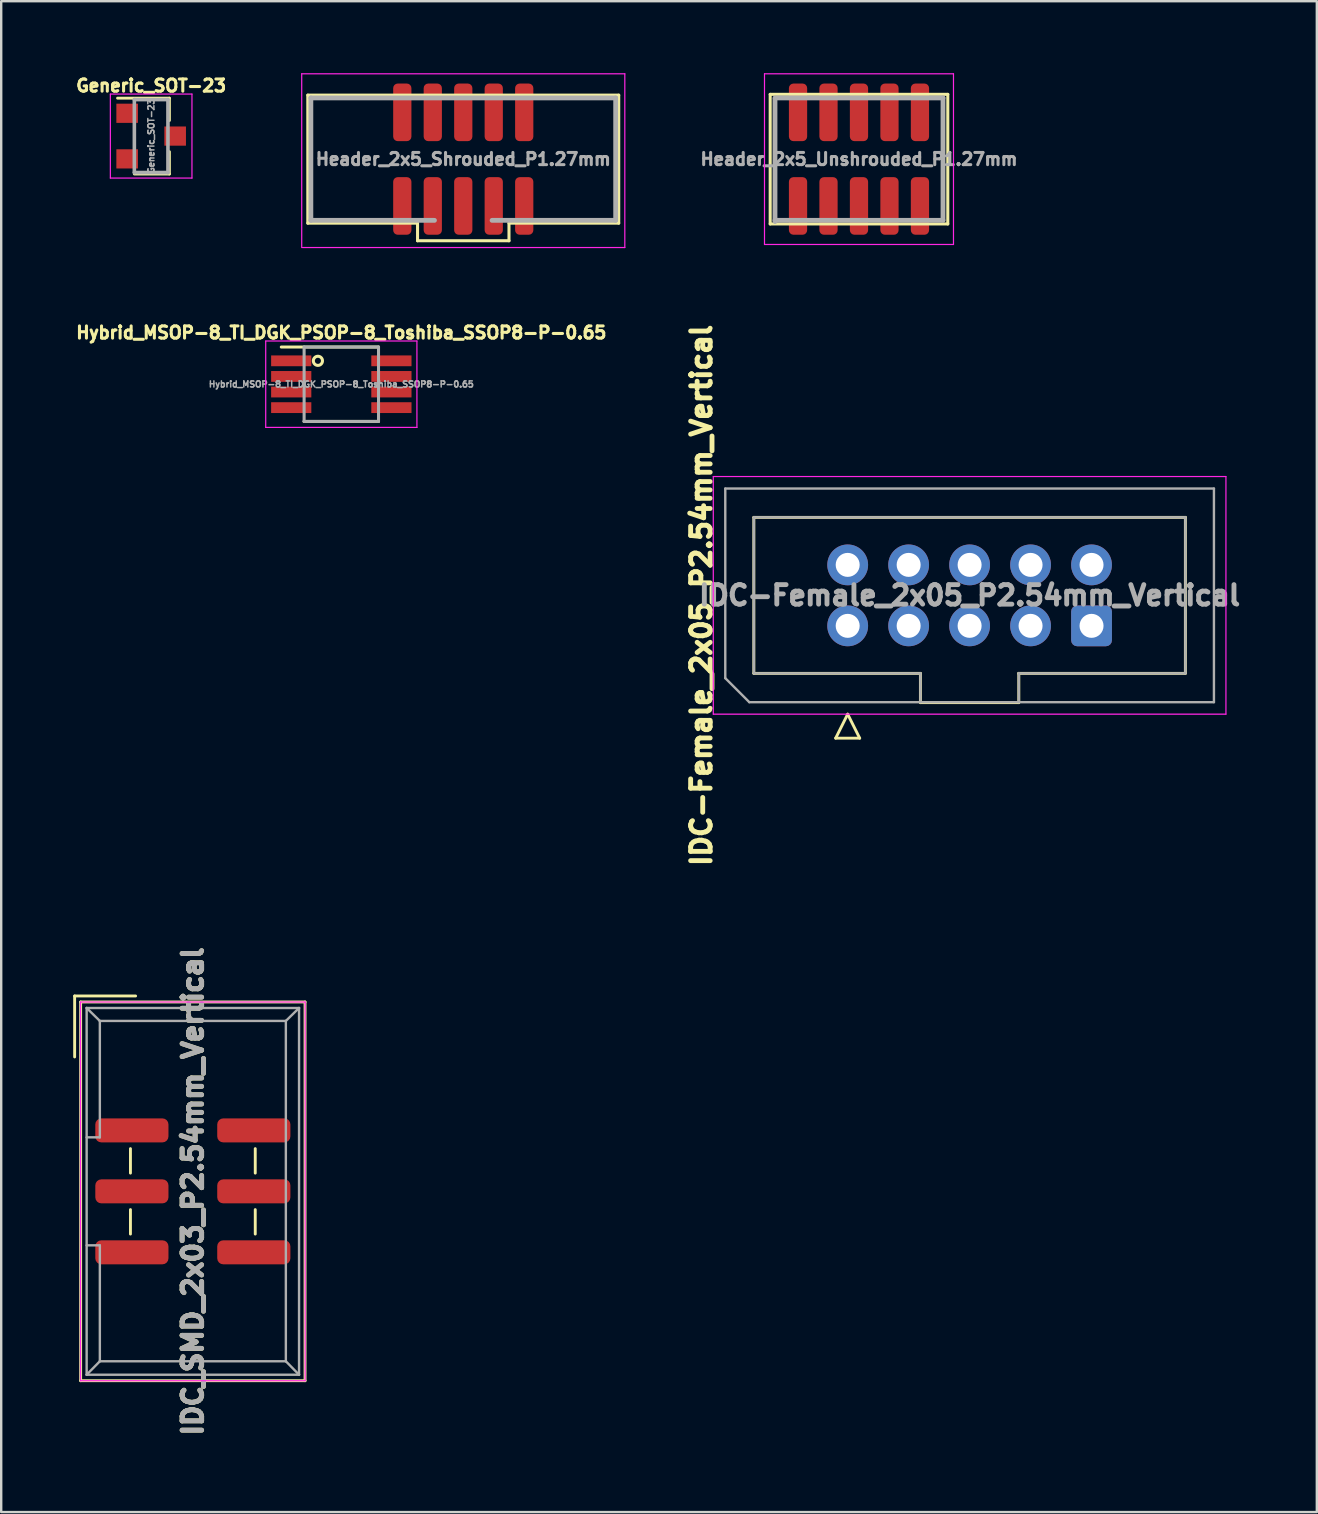
<source format=kicad_pcb>
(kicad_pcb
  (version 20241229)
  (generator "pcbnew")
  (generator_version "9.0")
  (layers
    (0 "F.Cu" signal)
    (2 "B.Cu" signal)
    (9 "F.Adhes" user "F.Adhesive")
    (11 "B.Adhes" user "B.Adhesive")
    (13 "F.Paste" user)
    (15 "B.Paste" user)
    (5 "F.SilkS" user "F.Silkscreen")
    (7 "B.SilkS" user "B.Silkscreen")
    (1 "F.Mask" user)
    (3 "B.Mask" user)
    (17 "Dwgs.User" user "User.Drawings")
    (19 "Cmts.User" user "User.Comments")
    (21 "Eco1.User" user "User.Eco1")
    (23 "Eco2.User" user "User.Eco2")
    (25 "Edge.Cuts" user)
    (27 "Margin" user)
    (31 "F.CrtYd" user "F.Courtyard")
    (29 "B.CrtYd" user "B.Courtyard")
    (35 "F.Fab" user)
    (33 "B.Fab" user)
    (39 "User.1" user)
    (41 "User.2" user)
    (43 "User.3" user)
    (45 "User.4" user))
  (footprint "IDC_SMD_2x03_P2.54mm_Vertical"
    (layer "F.Cu")
    (at 4.985 46.588)
    (property "Reference" "IDC_SMD_2x03_P2.54mm_Vertical" (at 0 0 90) (layer "F.Fab") (effects (font (size 0.813 0.813) (thickness 0.203))))
    (attr smd)
    (fp_line (start -4.925 -8.14) (end -4.925 -5.6) (stroke (width 0.12) (type solid)) (layer "F.SilkS"))
    (fp_line (start -4.925 -8.14) (end -2.385 -8.14) (stroke (width 0.12) (type solid)) (layer "F.SilkS"))
    (fp_line (start -4.675 -7.89) (end 4.675 -7.89) (stroke (width 0.12) (type solid)) (layer "F.SilkS"))
    (fp_line (start -4.675 7.89) (end -4.675 -7.89) (stroke (width 0.12) (type solid)) (layer "F.SilkS"))
    (fp_line (start -2.6 -1.78) (end -2.6 -0.76) (stroke (width 0.12) (type solid)) (layer "F.SilkS"))
    (fp_line (start -2.6 0.76) (end -2.6 1.78) (stroke (width 0.12) (type solid)) (layer "F.SilkS"))
    (fp_line (start 2.6 -1.78) (end 2.6 -0.76) (stroke (width 0.12) (type solid)) (layer "F.SilkS"))
    (fp_line (start 2.6 0.76) (end 2.6 1.78) (stroke (width 0.12) (type solid)) (layer "F.SilkS"))
    (fp_line (start 4.675 -7.89) (end 4.675 7.89) (stroke (width 0.12) (type solid)) (layer "F.SilkS"))
    (fp_line (start 4.675 7.89) (end -4.675 7.89) (stroke (width 0.12) (type solid)) (layer "F.SilkS"))
    (fp_line (start -4.68 -7.89) (end 4.68 -7.89) (stroke (width 0.05) (type solid)) (layer "F.CrtYd"))
    (fp_line (start -4.68 7.89) (end -4.68 -7.89) (stroke (width 0.05) (type solid)) (layer "F.CrtYd"))
    (fp_line (start 4.68 -7.89) (end 4.68 7.89) (stroke (width 0.05) (type solid)) (layer "F.CrtYd"))
    (fp_line (start 4.68 7.89) (end -4.68 7.89) (stroke (width 0.05) (type solid)) (layer "F.CrtYd"))
    (fp_line (start -4.425 -7.64) (end -4.425 7.64) (stroke (width 0.1) (type solid)) (layer "F.Fab"))
    (fp_line (start -4.425 -7.64) (end -3.875 -7.1) (stroke (width 0.1) (type solid)) (layer "F.Fab"))
    (fp_line (start -4.425 7.64) (end -3.875 7.08) (stroke (width 0.1) (type solid)) (layer "F.Fab"))
    (fp_line (start -3.875 -7.1) (end -3.875 -2.25) (stroke (width 0.1) (type solid)) (layer "F.Fab"))
    (fp_line (start -3.875 -2.25) (end -4.425 -2.25) (stroke (width 0.1) (type solid)) (layer "F.Fab"))
    (fp_line (start -3.875 2.25) (end -4.425 2.25) (stroke (width 0.1) (type solid)) (layer "F.Fab"))
    (fp_line (start -3.875 2.25) (end -3.875 7.08) (stroke (width 0.1) (type solid)) (layer "F.Fab"))
    (fp_line (start 3.875 -7.1) (end -3.875 -7.1) (stroke (width 0.1) (type solid)) (layer "F.Fab"))
    (fp_line (start 3.875 -7.1) (end 3.875 7.08) (stroke (width 0.1) (type solid)) (layer "F.Fab"))
    (fp_line (start 3.875 7.08) (end -3.875 7.08) (stroke (width 0.1) (type solid)) (layer "F.Fab"))
    (fp_line (start 4.425 -7.64) (end -4.425 -7.64) (stroke (width 0.1) (type solid)) (layer "F.Fab"))
    (fp_line (start 4.425 -7.64) (end 3.875 -7.1) (stroke (width 0.1) (type solid)) (layer "F.Fab"))
    (fp_line (start 4.425 -7.64) (end 4.425 7.64) (stroke (width 0.1) (type solid)) (layer "F.Fab"))
    (fp_line (start 4.425 7.64) (end -4.425 7.64) (stroke (width 0.1) (type solid)) (layer "F.Fab"))
    (fp_line (start 4.425 7.64) (end 3.875 7.08) (stroke (width 0.1) (type solid)) (layer "F.Fab"))
    (fp_text user "${REFERENCE}" (at 0 0 270) (layer "F.SilkS") (effects (font (size 0.813 0.813) (thickness 0.203))))
    (pad "1" smd roundrect (at -2.54 -2.54) (size 3.048 1) (layers "F.Cu" "F.Mask" "F.Paste") (roundrect_rratio 0.25))
    (pad "2" smd roundrect (at 2.54 -2.54) (size 3.048 1) (layers "F.Cu" "F.Mask" "F.Paste") (roundrect_rratio 0.25))
    (pad "3" smd roundrect (at -2.54 0) (size 3.048 1) (layers "F.Cu" "F.Mask" "F.Paste") (roundrect_rratio 0.25))
    (pad "4" smd roundrect (at 2.54 0) (size 3.048 1) (layers "F.Cu" "F.Mask" "F.Paste") (roundrect_rratio 0.25))
    (pad "5" smd roundrect (at -2.54 2.54) (size 3.048 1) (layers "F.Cu" "F.Mask" "F.Paste") (roundrect_rratio 0.25))
    (pad "6" smd roundrect (at 2.54 2.54) (size 3.048 1) (layers "F.Cu" "F.Mask" "F.Paste") (roundrect_rratio 0.25)))
  (footprint "IDC-Female_2x05_P2.54mm_Vertical"
    (layer "F.Cu")
    (at 37.349 21.756)
    (property "Reference" "IDC-Female_2x05_P2.54mm_Vertical" (at 0 0 180) (layer "F.Fab") (effects (font (size 0.813 0.813) (thickness 0.203))))
    (attr through_hole)
    (fp_line (start -8.99 -3.25) (end 8.99 -3.25) (stroke (width 0.12) (type solid)) (layer "F.SilkS"))
    (fp_line (start -8.99 3.25) (end -8.99 -3.25) (stroke (width 0.12) (type solid)) (layer "F.SilkS"))
    (fp_line (start -5.58 5.95) (end -4.58 5.95) (stroke (width 0.12) (type solid)) (layer "F.SilkS"))
    (fp_line (start -5.08 4.95) (end -5.58 5.95) (stroke (width 0.12) (type solid)) (layer "F.SilkS"))
    (fp_line (start -4.58 5.95) (end -5.08 4.95) (stroke (width 0.12) (type solid)) (layer "F.SilkS"))
    (fp_line (start -2.05 3.25) (end -8.99 3.25) (stroke (width 0.12) (type solid)) (layer "F.SilkS"))
    (fp_line (start -2.05 4.47) (end -2.05 3.25) (stroke (width 0.12) (type solid)) (layer "F.SilkS"))
    (fp_line (start 2.05 3.25) (end 2.05 3.25) (stroke (width 0.12) (type solid)) (layer "F.SilkS"))
    (fp_line (start 2.05 3.25) (end 2.05 4.47) (stroke (width 0.12) (type solid)) (layer "F.SilkS"))
    (fp_line (start 2.05 4.47) (end -2.05 4.47) (stroke (width 0.12) (type solid)) (layer "F.SilkS"))
    (fp_line (start 8.99 -3.25) (end 8.99 3.25) (stroke (width 0.12) (type solid)) (layer "F.SilkS"))
    (fp_line (start 8.99 3.25) (end 2.05 3.25) (stroke (width 0.12) (type solid)) (layer "F.SilkS"))
    (fp_line (start -10.68 -4.95) (end -10.68 4.95) (stroke (width 0.05) (type solid)) (layer "F.CrtYd"))
    (fp_line (start -10.68 4.95) (end 10.68 4.95) (stroke (width 0.05) (type solid)) (layer "F.CrtYd"))
    (fp_line (start 10.68 -4.95) (end -10.68 -4.95) (stroke (width 0.05) (type solid)) (layer "F.CrtYd"))
    (fp_line (start 10.68 4.95) (end 10.68 -4.95) (stroke (width 0.05) (type solid)) (layer "F.CrtYd"))
    (fp_line (start -10.18 -4.45) (end 10.18 -4.45) (stroke (width 0.1) (type solid)) (layer "F.Fab"))
    (fp_line (start -10.18 3.45) (end -10.18 -4.45) (stroke (width 0.1) (type solid)) (layer "F.Fab"))
    (fp_line (start -9.18 4.45) (end -10.18 3.45) (stroke (width 0.1) (type solid)) (layer "F.Fab"))
    (fp_line (start -8.99 -3.25) (end 8.99 -3.25) (stroke (width 0.1) (type solid)) (layer "F.Fab"))
    (fp_line (start -8.99 3.25) (end -8.99 -3.25) (stroke (width 0.1) (type solid)) (layer "F.Fab"))
    (fp_line (start -2.05 3.25) (end -8.99 3.25) (stroke (width 0.1) (type solid)) (layer "F.Fab"))
    (fp_line (start -2.05 4.45) (end -2.05 3.25) (stroke (width 0.1) (type solid)) (layer "F.Fab"))
    (fp_line (start 2.05 3.25) (end 2.05 3.25) (stroke (width 0.1) (type solid)) (layer "F.Fab"))
    (fp_line (start 2.05 3.25) (end 2.05 4.45) (stroke (width 0.1) (type solid)) (layer "F.Fab"))
    (fp_line (start 8.99 -3.25) (end 8.99 3.25) (stroke (width 0.1) (type solid)) (layer "F.Fab"))
    (fp_line (start 8.99 3.25) (end 2.05 3.25) (stroke (width 0.1) (type solid)) (layer "F.Fab"))
    (fp_line (start 10.18 -4.45) (end 10.18 4.45) (stroke (width 0.1) (type solid)) (layer "F.Fab"))
    (fp_line (start 10.18 4.45) (end -9.18 4.45) (stroke (width 0.1) (type solid)) (layer "F.Fab"))
    (fp_text user "${REFERENCE}" (at -11.176 0 90) (layer "F.SilkS") (effects (font (size 0.813 0.813) (thickness 0.203))))
    (pad "1" thru_hole roundrect (at 5.08 1.27 270) (size 1.7 1.7) (drill 1) (layers "*.Cu" "*.Mask") (roundrect_rratio 0.147))
    (pad "2" thru_hole circle (at 5.08 -1.27 270) (size 1.7 1.7) (drill 1) (layers "*.Cu" "*.Mask"))
    (pad "3" thru_hole circle (at 2.54 1.27 270) (size 1.7 1.7) (drill 1) (layers "*.Cu" "*.Mask"))
    (pad "4" thru_hole circle (at 2.54 -1.27 270) (size 1.7 1.7) (drill 1) (layers "*.Cu" "*.Mask"))
    (pad "5" thru_hole circle (at 0 1.27 270) (size 1.7 1.7) (drill 1) (layers "*.Cu" "*.Mask"))
    (pad "6" thru_hole circle (at 0 -1.27 270) (size 1.7 1.7) (drill 1) (layers "*.Cu" "*.Mask"))
    (pad "7" thru_hole circle (at -2.54 1.27 270) (size 1.7 1.7) (drill 1) (layers "*.Cu" "*.Mask"))
    (pad "8" thru_hole circle (at -2.54 -1.27 270) (size 1.7 1.7) (drill 1) (layers "*.Cu" "*.Mask"))
    (pad "9" thru_hole circle (at -5.08 1.27 270) (size 1.7 1.7) (drill 1) (layers "*.Cu" "*.Mask"))
    (pad "10" thru_hole circle (at -5.08 -1.27 270) (size 1.7 1.7) (drill 1) (layers "*.Cu" "*.Mask")))
  (footprint "Header_2x5_Unshrouded_P1.27mm"
    (layer "F.Cu")
    (at 32.74 3.581)
    (property "Reference" "Header_2x5_Unshrouded_P1.27mm" (at 0 0 0) (layer "F.Fab") (effects (font (size 0.508 0.508) (thickness 0.127))))
    (attr through_hole)
    (fp_line (start -3.7 -2.7) (end -3.7 2.7) (stroke (width 0.127) (type solid)) (layer "F.SilkS"))
    (fp_line (start -3.7 -2.7) (end 3.7 -2.7) (stroke (width 0.127) (type solid)) (layer "F.SilkS"))
    (fp_line (start 3.7 -2.7) (end 3.7 2.7) (stroke (width 0.127) (type solid)) (layer "F.SilkS"))
    (fp_line (start 3.7 2.7) (end -3.7 2.7) (stroke (width 0.127) (type solid)) (layer "F.SilkS"))
    (fp_line (start -3.937 -3.556) (end -3.937 3.556) (stroke (width 0.05) (type solid)) (layer "F.CrtYd"))
    (fp_line (start -3.937 -3.556) (end 3.937 -3.556) (stroke (width 0.05) (type solid)) (layer "F.CrtYd"))
    (fp_line (start -3.937 3.556) (end 3.937 3.556) (stroke (width 0.05) (type solid)) (layer "F.CrtYd"))
    (fp_line (start 3.937 -3.556) (end 3.937 3.556) (stroke (width 0.05) (type solid)) (layer "F.CrtYd"))
    (fp_line (start -3.5 2.6) (end -3.5 -2.5) (stroke (width 0.2) (type solid)) (layer "F.Fab"))
    (fp_line (start 3.5 -2.55) (end -3.5 -2.55) (stroke (width 0.2) (type solid)) (layer "F.Fab"))
    (fp_line (start 3.5 -2.55) (end 3.5 2.55) (stroke (width 0.2) (type solid)) (layer "F.Fab"))
    (fp_line (start 3.5 2.55) (end -3.5 2.55) (stroke (width 0.2) (type solid)) (layer "F.Fab"))
    (pad "1" smd roundrect (at -2.54 1.95) (size 0.76 2.4) (layers "F.Cu" "F.Mask" "F.Paste") (roundrect_rratio 0.25))
    (pad "2" smd roundrect (at -2.54 -1.95) (size 0.76 2.4) (layers "F.Cu" "F.Mask" "F.Paste") (roundrect_rratio 0.25))
    (pad "3" smd roundrect (at -1.27 1.95) (size 0.76 2.4) (layers "F.Cu" "F.Mask" "F.Paste") (roundrect_rratio 0.25))
    (pad "4" smd roundrect (at -1.27 -1.95) (size 0.76 2.4) (layers "F.Cu" "F.Mask" "F.Paste") (roundrect_rratio 0.25))
    (pad "5" smd roundrect (at 0 1.95) (size 0.76 2.4) (layers "F.Cu" "F.Mask" "F.Paste") (roundrect_rratio 0.25))
    (pad "6" smd roundrect (at 0 -1.95) (size 0.76 2.4) (layers "F.Cu" "F.Mask" "F.Paste") (roundrect_rratio 0.25))
    (pad "7" smd roundrect (at 1.27 1.95) (size 0.76 2.4) (layers "F.Cu" "F.Mask" "F.Paste") (roundrect_rratio 0.25))
    (pad "8" smd roundrect (at 1.27 -1.95) (size 0.76 2.4) (layers "F.Cu" "F.Mask" "F.Paste") (roundrect_rratio 0.25))
    (pad "9" smd roundrect (at 2.54 1.95) (size 0.76 2.4) (layers "F.Cu" "F.Mask" "F.Paste") (roundrect_rratio 0.25))
    (pad "10" smd roundrect (at 2.54 -1.95) (size 0.76 2.4) (layers "F.Cu" "F.Mask" "F.Paste") (roundrect_rratio 0.25)))
  (footprint "Hybrid_MSOP-8_TI_DGK_PSOP-8_Toshiba_SSOP8-P-0.65"
    (layer "F.Cu")
    (at 11.171 12.959)
    (property "Reference" "Hybrid_MSOP-8_TI_DGK_PSOP-8_Toshiba_SSOP8-P-0.65" (at 0 -2.15 0) (layer "F.SilkS") (effects (font (size 0.508 0.508) (thickness 0.127))))
    (attr through_hole)
    (fp_line (start -2.5 -1.55) (end 1.55 -1.55) (stroke (width 0.127) (type solid)) (layer "F.SilkS"))
    (fp_line (start 1.55 1.55) (end -1.55 1.55) (stroke (width 0.127) (type solid)) (layer "F.SilkS"))
    (fp_circle (center -0.975 -0.975) (end -0.8 -0.9) (stroke (width 0.127) (type solid)) (fill no) (layer "F.SilkS"))
    (fp_line (start -3.15 -1.8) (end 3.15 -1.8) (stroke (width 0.05) (type solid)) (layer "F.CrtYd"))
    (fp_line (start -3.15 1.8) (end -3.15 -1.8) (stroke (width 0.05) (type solid)) (layer "F.CrtYd"))
    (fp_line (start -3.15 1.8) (end 3.15 1.8) (stroke (width 0.05) (type solid)) (layer "F.CrtYd"))
    (fp_line (start 3.15 1.8) (end 3.15 -1.8) (stroke (width 0.05) (type solid)) (layer "F.CrtYd"))
    (fp_line (start -1.55 -1.55) (end 1.55 -1.55) (stroke (width 0.127) (type solid)) (layer "F.Fab"))
    (fp_line (start -1.55 1.55) (end -1.55 -1.55) (stroke (width 0.127) (type solid)) (layer "F.Fab"))
    (fp_line (start 1.55 -1.55) (end 1.55 1.55) (stroke (width 0.127) (type solid)) (layer "F.Fab"))
    (fp_line (start 1.55 1.55) (end -1.55 1.55) (stroke (width 0.127) (type solid)) (layer "F.Fab"))
    (fp_text user "${REFERENCE}" (at 0 0 0) (layer "F.Fab") (effects (font (size 0.254 0.254) (thickness 0.064))))
    (pad "1" smd rect (at -2.087 -0.975) (size 1.675 0.45) (layers "F.Cu" "F.Mask" "F.Paste"))
    (pad "2" smd rect (at -2.087 -0.325) (size 1.675 0.45) (layers "F.Cu" "F.Mask" "F.Paste"))
    (pad "3" smd rect (at -2.087 0.325) (size 1.675 0.45) (layers "F.Cu" "F.Mask" "F.Paste"))
    (pad "4" smd rect (at -2.087 0.975) (size 1.675 0.45) (layers "F.Cu" "F.Mask" "F.Paste"))
    (pad "5" smd rect (at 2.087 0.975) (size 1.675 0.45) (layers "F.Cu" "F.Mask" "F.Paste"))
    (pad "6" smd rect (at 2.087 0.325) (size 1.675 0.45) (layers "F.Cu" "F.Mask" "F.Paste"))
    (pad "7" smd rect (at 2.087 -0.325) (size 1.675 0.45) (layers "F.Cu" "F.Mask" "F.Paste"))
    (pad "8" smd rect (at 2.087 -0.975) (size 1.675 0.45) (layers "F.Cu" "F.Mask" "F.Paste")))
  (footprint "Header_2x5_Shrouded_P1.27mm"
    (layer "F.Cu")
    (at 16.252 3.581)
    (property "Reference" "Header_2x5_Shrouded_P1.27mm" (at 0 0 0) (layer "F.Fab") (effects (font (size 0.508 0.508) (thickness 0.127))))
    (attr through_hole)
    (fp_line (start -6.477 -2.667) (end -6.477 2.667) (stroke (width 0.127) (type solid)) (layer "F.SilkS"))
    (fp_line (start -6.477 -2.667) (end 6.477 -2.667) (stroke (width 0.127) (type solid)) (layer "F.SilkS"))
    (fp_line (start -1.905 2.667) (end -6.477 2.667) (stroke (width 0.127) (type solid)) (layer "F.SilkS"))
    (fp_line (start -1.905 2.667) (end -1.905 3.4) (stroke (width 0.127) (type solid)) (layer "F.SilkS"))
    (fp_line (start -1.905 3.4) (end 1.905 3.4) (stroke (width 0.127) (type solid)) (layer "F.SilkS"))
    (fp_line (start 1.905 3.4) (end 1.905 2.667) (stroke (width 0.127) (type solid)) (layer "F.SilkS"))
    (fp_line (start 6.477 -2.667) (end 6.477 2.667) (stroke (width 0.127) (type solid)) (layer "F.SilkS"))
    (fp_line (start 6.477 2.667) (end 1.905 2.667) (stroke (width 0.127) (type solid)) (layer "F.SilkS"))
    (fp_line (start -6.731 -3.556) (end -6.731 3.683) (stroke (width 0.05) (type solid)) (layer "F.CrtYd"))
    (fp_line (start -6.731 -3.556) (end 6.731 -3.556) (stroke (width 0.05) (type solid)) (layer "F.CrtYd"))
    (fp_line (start -6.7 3.683) (end 6.731 3.683) (stroke (width 0.05) (type solid)) (layer "F.CrtYd"))
    (fp_line (start 6.731 -3.556) (end 6.731 3.683) (stroke (width 0.05) (type solid)) (layer "F.CrtYd"))
    (fp_line (start -6.35 2.55) (end -6.35 -2.55) (stroke (width 0.2) (type solid)) (layer "F.Fab"))
    (fp_line (start -1.2 2.55) (end -6.35 2.55) (stroke (width 0.2) (type solid)) (layer "F.Fab"))
    (fp_line (start 6.35 -2.55) (end -6.35 -2.55) (stroke (width 0.2) (type solid)) (layer "F.Fab"))
    (fp_line (start 6.35 -2.55) (end 6.35 2.55) (stroke (width 0.2) (type solid)) (layer "F.Fab"))
    (fp_line (start 6.35 2.55) (end 1.2 2.55) (stroke (width 0.2) (type solid)) (layer "F.Fab"))
    (pad "1" smd roundrect (at -2.54 1.95) (size 0.76 2.4) (layers "F.Cu" "F.Mask" "F.Paste") (roundrect_rratio 0.25))
    (pad "2" smd roundrect (at -2.54 -1.95) (size 0.76 2.4) (layers "F.Cu" "F.Mask" "F.Paste") (roundrect_rratio 0.25))
    (pad "3" smd roundrect (at -1.27 1.95) (size 0.76 2.4) (layers "F.Cu" "F.Mask" "F.Paste") (roundrect_rratio 0.25))
    (pad "4" smd roundrect (at -1.27 -1.95) (size 0.76 2.4) (layers "F.Cu" "F.Mask" "F.Paste") (roundrect_rratio 0.25))
    (pad "5" smd roundrect (at 0 1.95) (size 0.76 2.4) (layers "F.Cu" "F.Mask" "F.Paste") (roundrect_rratio 0.25))
    (pad "6" smd roundrect (at 0 -1.95) (size 0.76 2.4) (layers "F.Cu" "F.Mask" "F.Paste") (roundrect_rratio 0.25))
    (pad "7" smd roundrect (at 1.27 1.95) (size 0.76 2.4) (layers "F.Cu" "F.Mask" "F.Paste") (roundrect_rratio 0.25))
    (pad "8" smd roundrect (at 1.27 -1.95) (size 0.76 2.4) (layers "F.Cu" "F.Mask" "F.Paste") (roundrect_rratio 0.25))
    (pad "9" smd roundrect (at 2.54 1.95) (size 0.76 2.4) (layers "F.Cu" "F.Mask" "F.Paste") (roundrect_rratio 0.25))
    (pad "10" smd roundrect (at 2.54 -1.95) (size 0.76 2.4) (layers "F.Cu" "F.Mask" "F.Paste") (roundrect_rratio 0.25)))
  (footprint "Generic_SOT-23"
    (layer "F.Cu")
    (at 3.248 2.62)
    (property "Reference" "Generic_SOT-23" (at 0 -2.1 0) (layer "F.SilkS") (effects (font (size 0.508 0.508) (thickness 0.127))))
    (attr smd)
    (fp_line (start 0.76 -1.58) (end -1.4 -1.58) (stroke (width 0.12) (type solid)) (layer "F.SilkS"))
    (fp_line (start 0.76 -1.58) (end 0.76 -0.65) (stroke (width 0.12) (type solid)) (layer "F.SilkS"))
    (fp_line (start 0.76 1.58) (end -0.7 1.58) (stroke (width 0.12) (type solid)) (layer "F.SilkS"))
    (fp_line (start 0.76 1.58) (end 0.76 0.65) (stroke (width 0.12) (type solid)) (layer "F.SilkS"))
    (fp_line (start -1.7 -1.75) (end 1.7 -1.75) (stroke (width 0.05) (type solid)) (layer "F.CrtYd"))
    (fp_line (start -1.7 1.75) (end -1.7 -1.75) (stroke (width 0.05) (type solid)) (layer "F.CrtYd"))
    (fp_line (start 1.7 -1.75) (end 1.7 1.75) (stroke (width 0.05) (type solid)) (layer "F.CrtYd"))
    (fp_line (start 1.7 1.75) (end -1.7 1.75) (stroke (width 0.05) (type solid)) (layer "F.CrtYd"))
    (fp_line (start -0.7 -1.52) (end -0.7 1.52) (stroke (width 0.15) (type solid)) (layer "F.Fab"))
    (fp_line (start -0.7 -1.52) (end 0.7 -1.52) (stroke (width 0.15) (type solid)) (layer "F.Fab"))
    (fp_line (start -0.7 1.52) (end 0.7 1.52) (stroke (width 0.15) (type solid)) (layer "F.Fab"))
    (fp_line (start 0.7 -1.52) (end 0.7 1.52) (stroke (width 0.15) (type solid)) (layer "F.Fab"))
    (fp_text user "${REFERENCE}" (at 0 0 90) (layer "F.Fab") (effects (font (size 0.254 0.254) (thickness 0.064))))
    (pad "1" smd rect (at -1 -0.95) (size 0.9 0.8) (layers "F.Cu" "F.Mask" "F.Paste"))
    (pad "2" smd rect (at -1 0.95) (size 0.9 0.8) (layers "F.Cu" "F.Mask" "F.Paste"))
    (pad "3" smd rect (at 1 0) (size 0.9 0.8) (layers "F.Cu" "F.Mask" "F.Paste")))
  (gr_rect
    (start -3 -3)
    (end 51.816 59.952)
    (stroke (width 0.1) (type default))
    (fill no)
    (layer "Edge.Cuts")))
</source>
